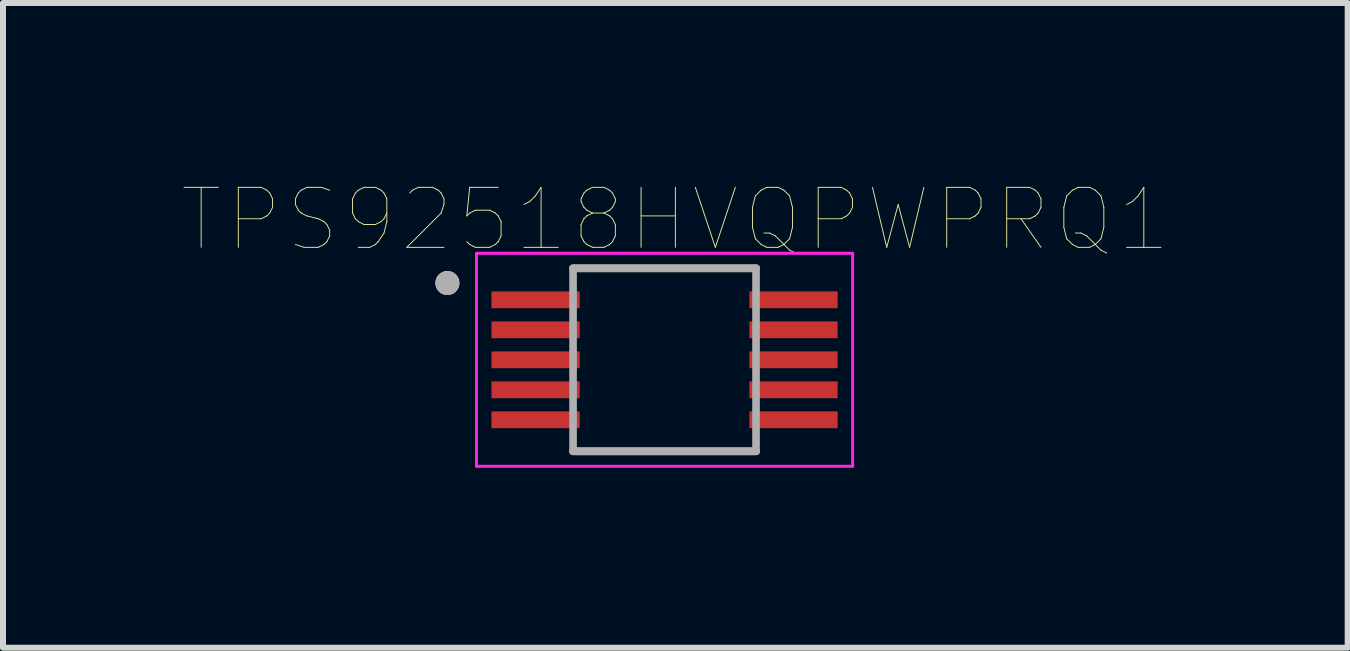
<source format=kicad_pcb>
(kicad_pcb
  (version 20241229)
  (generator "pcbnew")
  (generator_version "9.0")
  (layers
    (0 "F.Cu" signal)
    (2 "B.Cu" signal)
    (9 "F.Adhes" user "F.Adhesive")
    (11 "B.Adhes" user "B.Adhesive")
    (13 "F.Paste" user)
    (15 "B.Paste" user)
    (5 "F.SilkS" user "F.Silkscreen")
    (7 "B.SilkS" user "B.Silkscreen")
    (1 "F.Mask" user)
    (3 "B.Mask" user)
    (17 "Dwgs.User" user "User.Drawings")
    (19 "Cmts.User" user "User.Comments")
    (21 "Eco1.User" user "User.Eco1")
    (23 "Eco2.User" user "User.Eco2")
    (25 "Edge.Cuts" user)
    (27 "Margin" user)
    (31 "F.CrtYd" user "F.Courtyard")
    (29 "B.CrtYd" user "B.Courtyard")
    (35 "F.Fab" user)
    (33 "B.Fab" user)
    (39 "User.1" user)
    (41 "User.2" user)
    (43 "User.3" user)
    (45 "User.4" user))
  (footprint "TPS92518HVQPWPRQ1"
    (layer "F.Cu")
    (at 8.028 2.948)
    (property "Reference" "TPS92518HVQPWPRQ1" (at 0.18 -2.337 0) (layer "F.SilkS") (effects (font (size 1 1) (thickness 0.015))))
    (attr through_hole)
    (fp_line (start -1.525 -1.525) (end 1.525 -1.525) (stroke (width 0.127) (type solid)) (layer "F.SilkS"))
    (fp_line (start -1.525 1.525) (end 1.525 1.525) (stroke (width 0.127) (type solid)) (layer "F.SilkS"))
    (fp_circle (center -3.62 -1.28) (end -3.52 -1.28) (stroke (width 0.2) (type solid)) (fill no) (layer "F.SilkS"))
    (fp_line (start -3.135 -1.775) (end -3.135 1.775) (stroke (width 0.05) (type solid)) (layer "F.CrtYd"))
    (fp_line (start -3.135 -1.775) (end 3.135 -1.775) (stroke (width 0.05) (type solid)) (layer "F.CrtYd"))
    (fp_line (start -3.135 1.775) (end 3.135 1.775) (stroke (width 0.05) (type solid)) (layer "F.CrtYd"))
    (fp_line (start 3.135 -1.775) (end 3.135 1.775) (stroke (width 0.05) (type solid)) (layer "F.CrtYd"))
    (fp_line (start -1.525 -1.525) (end -1.525 1.525) (stroke (width 0.127) (type solid)) (layer "F.Fab"))
    (fp_line (start -1.525 -1.525) (end 1.525 -1.525) (stroke (width 0.127) (type solid)) (layer "F.Fab"))
    (fp_line (start -1.525 1.525) (end 1.525 1.525) (stroke (width 0.127) (type solid)) (layer "F.Fab"))
    (fp_line (start 1.525 -1.525) (end 1.525 1.525) (stroke (width 0.127) (type solid)) (layer "F.Fab"))
    (fp_circle (center -3.62 -1.28) (end -3.52 -1.28) (stroke (width 0.2) (type solid)) (fill no) (layer "F.Fab"))
    (pad "1" smd rect (at -2.15 -1) (size 1.47 0.28) (layers "F.Cu" "F.Mask" "F.Paste"))
    (pad "2" smd rect (at -2.15 -0.5) (size 1.47 0.28) (layers "F.Cu" "F.Mask" "F.Paste"))
    (pad "3" smd rect (at -2.15 0) (size 1.47 0.28) (layers "F.Cu" "F.Mask" "F.Paste"))
    (pad "4" smd rect (at -2.15 0.5) (size 1.47 0.28) (layers "F.Cu" "F.Mask" "F.Paste"))
    (pad "5" smd rect (at -2.15 1) (size 1.47 0.28) (layers "F.Cu" "F.Mask" "F.Paste"))
    (pad "6" smd rect (at 2.15 1) (size 1.47 0.28) (layers "F.Cu" "F.Mask" "F.Paste"))
    (pad "7" smd rect (at 2.15 0.5) (size 1.47 0.28) (layers "F.Cu" "F.Mask" "F.Paste"))
    (pad "8" smd rect (at 2.15 0) (size 1.47 0.28) (layers "F.Cu" "F.Mask" "F.Paste"))
    (pad "9" smd rect (at 2.15 -0.5) (size 1.47 0.28) (layers "F.Cu" "F.Mask" "F.Paste"))
    (pad "10" smd rect (at 2.15 -1) (size 1.47 0.28) (layers "F.Cu" "F.Mask" "F.Paste")))
  (gr_rect
    (start -3 -3)
    (end 19.416 7.748)
    (stroke (width 0.1) (type default))
    (fill no)
    (layer "Edge.Cuts")))
</source>
